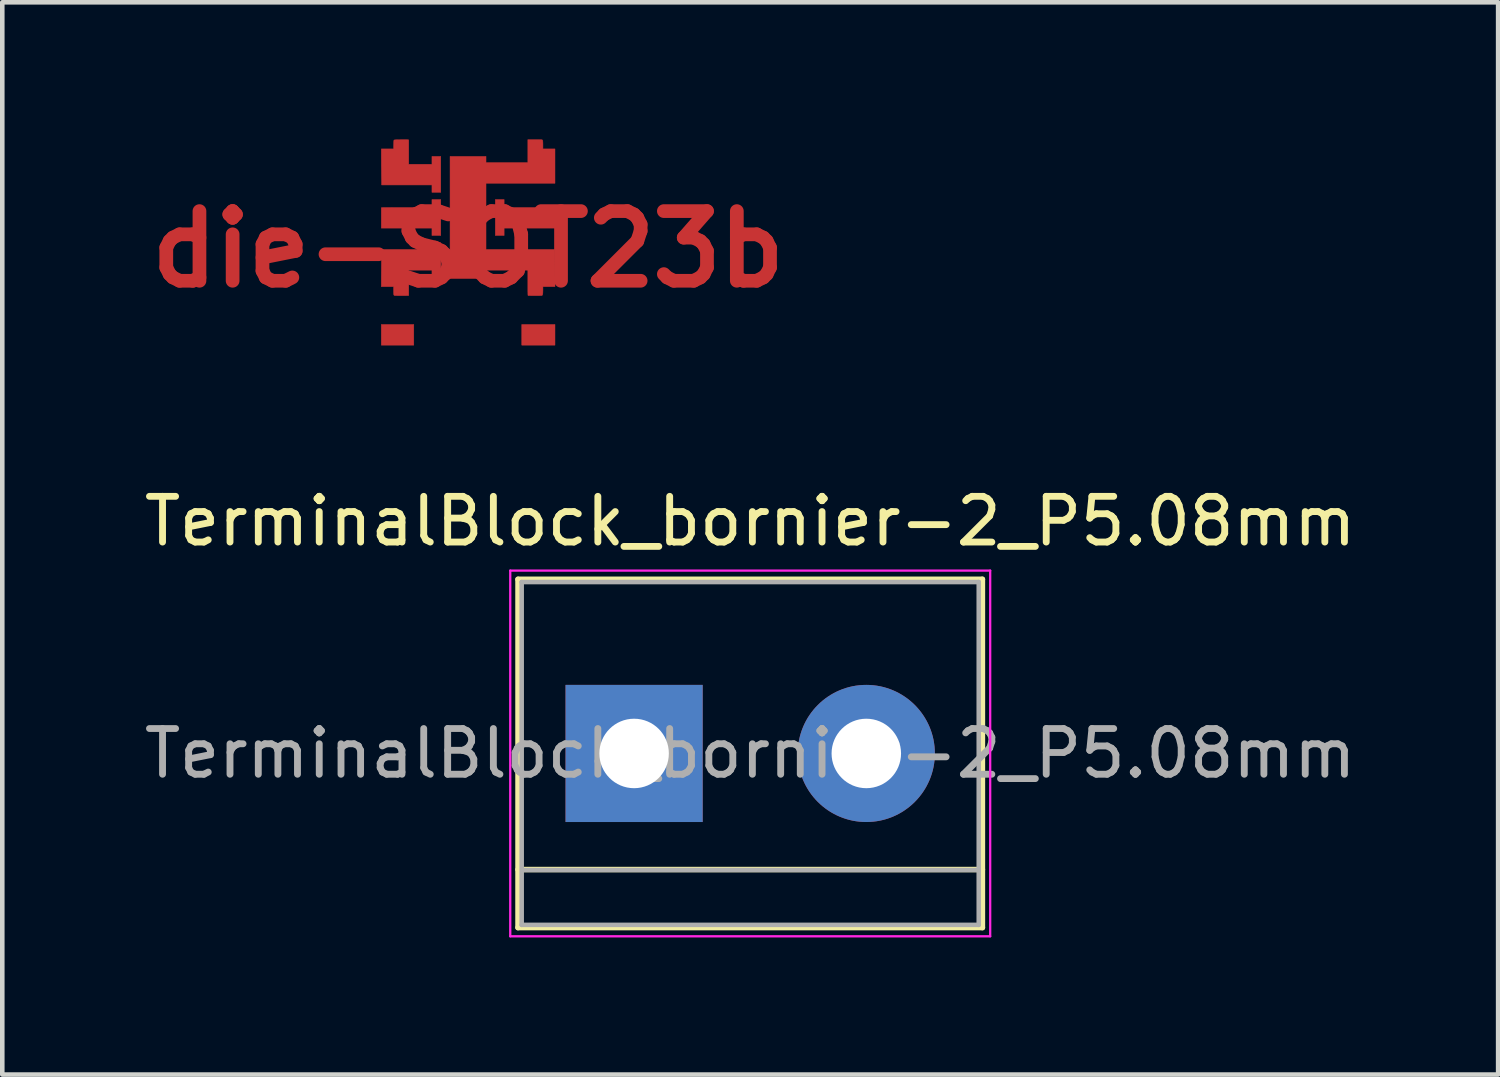
<source format=kicad_pcb>
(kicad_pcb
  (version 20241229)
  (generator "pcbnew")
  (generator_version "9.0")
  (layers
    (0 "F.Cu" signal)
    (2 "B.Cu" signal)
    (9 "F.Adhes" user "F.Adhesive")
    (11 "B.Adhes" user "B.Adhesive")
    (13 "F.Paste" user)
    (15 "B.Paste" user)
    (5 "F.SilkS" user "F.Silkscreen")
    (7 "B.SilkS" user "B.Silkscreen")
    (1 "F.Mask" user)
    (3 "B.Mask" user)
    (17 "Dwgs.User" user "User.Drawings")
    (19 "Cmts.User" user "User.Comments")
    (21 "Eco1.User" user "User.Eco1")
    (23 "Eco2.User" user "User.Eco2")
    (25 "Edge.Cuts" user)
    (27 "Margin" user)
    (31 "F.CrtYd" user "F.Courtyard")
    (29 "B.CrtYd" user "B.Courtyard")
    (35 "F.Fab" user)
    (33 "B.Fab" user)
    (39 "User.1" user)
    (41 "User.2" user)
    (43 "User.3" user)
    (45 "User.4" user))
  (footprint "TerminalBlock_bornier-2_P5.08mm"
    (layer "F.Cu")
    (at 10.823 13.434)
    (property "Reference" "TerminalBlock_bornier-2_P5.08mm" (at 2.54 -5.08 0) (layer "F.SilkS") (effects (font (size 1 1) (thickness 0.15))))
    (attr through_hole)
    (fp_line (start -2.54 -3.81) (end -2.54 3.81) (stroke (width 0.12) (type solid)) (layer "F.SilkS"))
    (fp_line (start -2.54 3.81) (end 7.62 3.81) (stroke (width 0.12) (type solid)) (layer "F.SilkS"))
    (fp_line (start 7.62 -3.81) (end -2.54 -3.81) (stroke (width 0.12) (type solid)) (layer "F.SilkS"))
    (fp_line (start 7.62 2.54) (end -2.54 2.54) (stroke (width 0.12) (type solid)) (layer "F.SilkS"))
    (fp_line (start 7.62 3.81) (end 7.62 -3.81) (stroke (width 0.12) (type solid)) (layer "F.SilkS"))
    (fp_line (start -2.71 -4) (end -2.71 4) (stroke (width 0.05) (type solid)) (layer "F.CrtYd"))
    (fp_line (start -2.71 -4) (end 7.79 -4) (stroke (width 0.05) (type solid)) (layer "F.CrtYd"))
    (fp_line (start 7.79 4) (end -2.71 4) (stroke (width 0.05) (type solid)) (layer "F.CrtYd"))
    (fp_line (start 7.79 4) (end 7.79 -4) (stroke (width 0.05) (type solid)) (layer "F.CrtYd"))
    (fp_line (start -2.46 -3.75) (end -2.46 3.75) (stroke (width 0.1) (type solid)) (layer "F.Fab"))
    (fp_line (start -2.46 3.75) (end 7.54 3.75) (stroke (width 0.1) (type solid)) (layer "F.Fab"))
    (fp_line (start -2.41 2.55) (end 7.49 2.55) (stroke (width 0.1) (type solid)) (layer "F.Fab"))
    (fp_line (start 7.54 -3.75) (end -2.46 -3.75) (stroke (width 0.1) (type solid)) (layer "F.Fab"))
    (fp_line (start 7.54 3.75) (end 7.54 -3.75) (stroke (width 0.1) (type solid)) (layer "F.Fab"))
    (fp_text user "${REFERENCE}" (at 2.54 0 0) (layer "F.Fab") (effects (font (size 1 1) (thickness 0.15))))
    (pad "1" thru_hole rect (at 0 0) (size 3 3) (drill 1.52) (layers "*.Cu" "*.Mask"))
    (pad "2" thru_hole circle (at 5.08 0) (size 3 3) (drill 1.52) (layers "*.Cu" "*.Mask")))
  (footprint "die-SOT23b"
    (layer "F.Cu")
    (at 7.192 2.403)
    (property "Reference" "die-SOT23b" (at 0 0 0) (layer "F.Cu") (effects (font (size 1.524 1.524) (thickness 0.3))))
    (attr through_hole)
    (fp_poly (pts (xy -1.189 2.098) (xy -1.9 2.098) (xy -1.9 1.646) (xy -1.189 1.646) (xy -1.189 2.098)) (stroke (width 0.01) (type solid)) (fill yes) (layer "F.Cu"))
    (fp_poly (pts (xy 1.9 2.098) (xy 1.173 2.098) (xy 1.173 1.646) (xy 1.9 1.646) (xy 1.9 2.098)) (stroke (width 0.01) (type solid)) (fill yes) (layer "F.Cu"))
    (fp_poly (pts (xy -0.599 -0.3) (xy -0.792 -0.3) (xy -0.792 -0.462) (xy -1.9 -0.462) (xy -1.9 -0.908) (xy -1.876 -0.911) (xy -1.868 -0.912) (xy -1.85 -0.912) (xy -1.824 -0.912) (xy -1.789 -0.913) (xy -1.748 -0.913) (xy -1.699 -0.913) (xy -1.645 -0.914) (xy -1.585 -0.914) (xy -1.521 -0.914) (xy -1.453 -0.914) (xy -1.382 -0.914) (xy -1.323 -0.914) (xy -0.792 -0.914) (xy -0.792 -1.087) (xy -0.599 -1.087) (xy -0.599 -0.3)) (stroke (width 0.01) (type solid)) (fill yes) (layer "F.Cu"))
    (fp_poly (pts (xy 0.787 -0.914) (xy 1.336 -0.914) (xy 1.41 -0.914) (xy 1.481 -0.914) (xy 1.548 -0.914) (xy 1.612 -0.914) (xy 1.671 -0.914) (xy 1.724 -0.914) (xy 1.771 -0.913) (xy 1.811 -0.913) (xy 1.844 -0.913) (xy 1.869 -0.912) (xy 1.885 -0.912) (xy 1.892 -0.911) (xy 1.892 -0.911) (xy 1.894 -0.91) (xy 1.895 -0.906) (xy 1.897 -0.899) (xy 1.898 -0.888) (xy 1.899 -0.873) (xy 1.899 -0.852) (xy 1.9 -0.824) (xy 1.9 -0.789) (xy 1.9 -0.746) (xy 1.9 -0.693) (xy 1.9 -0.685) (xy 1.9 -0.462) (xy 0.787 -0.462) (xy 0.787 -0.3) (xy 0.594 -0.3) (xy 0.594 -1.087) (xy 0.787 -1.087) (xy 0.787 -0.914)) (stroke (width 0.01) (type solid)) (fill yes) (layer "F.Cu"))
    (fp_poly (pts (xy -1.37 -2.397) (xy -1.345 -2.397) (xy -1.327 -2.396) (xy -1.317 -2.395) (xy -1.317 -2.395) (xy -1.3 -2.392) (xy -1.3 -2.126) (xy -1.3 -1.859) (xy -0.792 -1.859) (xy -0.792 -2.032) (xy -0.599 -2.032) (xy -0.599 -1.245) (xy -0.792 -1.245) (xy -0.792 -1.407) (xy -1.893 -1.407) (xy -1.897 -1.659) (xy -1.897 -1.715) (xy -1.898 -1.774) (xy -1.899 -1.832) (xy -1.899 -1.889) (xy -1.899 -1.942) (xy -1.9 -1.99) (xy -1.9 -2.031) (xy -1.9 -2.053) (xy -1.9 -2.195) (xy -1.631 -2.195) (xy -1.63 -2.288) (xy -1.629 -2.325) (xy -1.628 -2.352) (xy -1.626 -2.372) (xy -1.624 -2.383) (xy -1.622 -2.389) (xy -1.617 -2.391) (xy -1.607 -2.392) (xy -1.591 -2.394) (xy -1.568 -2.395) (xy -1.537 -2.396) (xy -1.497 -2.396) (xy -1.474 -2.397) (xy -1.437 -2.397) (xy -1.401 -2.397) (xy -1.37 -2.397)) (stroke (width 0.01) (type solid)) (fill yes) (layer "F.Cu"))
    (fp_poly (pts (xy -0.599 0.64) (xy -0.792 0.64) (xy -0.792 0.457) (xy -1.3 0.457) (xy -1.3 1.01) (xy -1.312 1.013) (xy -1.32 1.014) (xy -1.337 1.014) (xy -1.36 1.015) (xy -1.388 1.015) (xy -1.42 1.015) (xy -1.454 1.015) (xy -1.489 1.015) (xy -1.522 1.015) (xy -1.552 1.015) (xy -1.577 1.014) (xy -1.597 1.014) (xy -1.608 1.013) (xy -1.61 1.012) (xy -1.617 1.009) (xy -1.623 1.004) (xy -1.626 0.995) (xy -1.629 0.982) (xy -1.63 0.962) (xy -1.631 0.935) (xy -1.631 0.906) (xy -1.631 0.818) (xy -1.9 0.818) (xy -1.9 0.682) (xy -1.9 0.649) (xy -1.9 0.608) (xy -1.899 0.56) (xy -1.899 0.506) (xy -1.898 0.45) (xy -1.898 0.391) (xy -1.897 0.332) (xy -1.897 0.276) (xy -1.893 0.005) (xy -0.792 0.005) (xy -0.792 -0.142) (xy -0.599 -0.142) (xy -0.599 0.64)) (stroke (width 0.01) (type solid)) (fill yes) (layer "F.Cu"))
    (fp_poly (pts (xy 1.507 -2.398) (xy 1.542 -2.398) (xy 1.569 -2.397) (xy 1.589 -2.397) (xy 1.604 -2.396) (xy 1.613 -2.395) (xy 1.62 -2.393) (xy 1.624 -2.391) (xy 1.626 -2.388) (xy 1.628 -2.386) (xy 1.631 -2.38) (xy 1.633 -2.371) (xy 1.634 -2.357) (xy 1.635 -2.337) (xy 1.636 -2.309) (xy 1.636 -2.285) (xy 1.636 -2.195) (xy 1.9 -2.195) (xy 1.9 -1.443) (xy 0.391 -1.443) (xy 0.391 0.005) (xy 1.893 0.005) (xy 1.897 0.276) (xy 1.897 0.333) (xy 1.898 0.391) (xy 1.898 0.45) (xy 1.899 0.507) (xy 1.899 0.56) (xy 1.9 0.608) (xy 1.9 0.649) (xy 1.9 0.682) (xy 1.9 0.818) (xy 1.636 0.818) (xy 1.636 0.899) (xy 1.635 0.936) (xy 1.634 0.964) (xy 1.631 0.984) (xy 1.627 0.998) (xy 1.621 1.006) (xy 1.613 1.011) (xy 1.609 1.013) (xy 1.601 1.014) (xy 1.585 1.014) (xy 1.562 1.015) (xy 1.533 1.015) (xy 1.501 1.015) (xy 1.468 1.015) (xy 1.434 1.015) (xy 1.401 1.015) (xy 1.371 1.015) (xy 1.345 1.014) (xy 1.326 1.014) (xy 1.314 1.013) (xy 1.312 1.013) (xy 1.31 1.01) (xy 1.309 1.003) (xy 1.308 0.991) (xy 1.307 0.973) (xy 1.307 0.948) (xy 1.306 0.916) (xy 1.306 0.877) (xy 1.306 0.829) (xy 1.306 0.772) (xy 1.306 0.734) (xy 1.306 0.457) (xy 0.391 0.457) (xy 0.391 0.64) (xy -0.396 0.64) (xy -0.396 -2.032) (xy 0.391 -2.032) (xy 0.391 -1.895) (xy 1.306 -1.895) (xy 1.306 -2.398) (xy 1.463 -2.398) (xy 1.507 -2.398)) (stroke (width 0.01) (type solid)) (fill yes) (layer "F.Cu")))
  (gr_rect
    (start -3 -3)
    (end 29.726 20.459)
    (stroke (width 0.1) (type default))
    (fill no)
    (layer "Edge.Cuts")))
</source>
